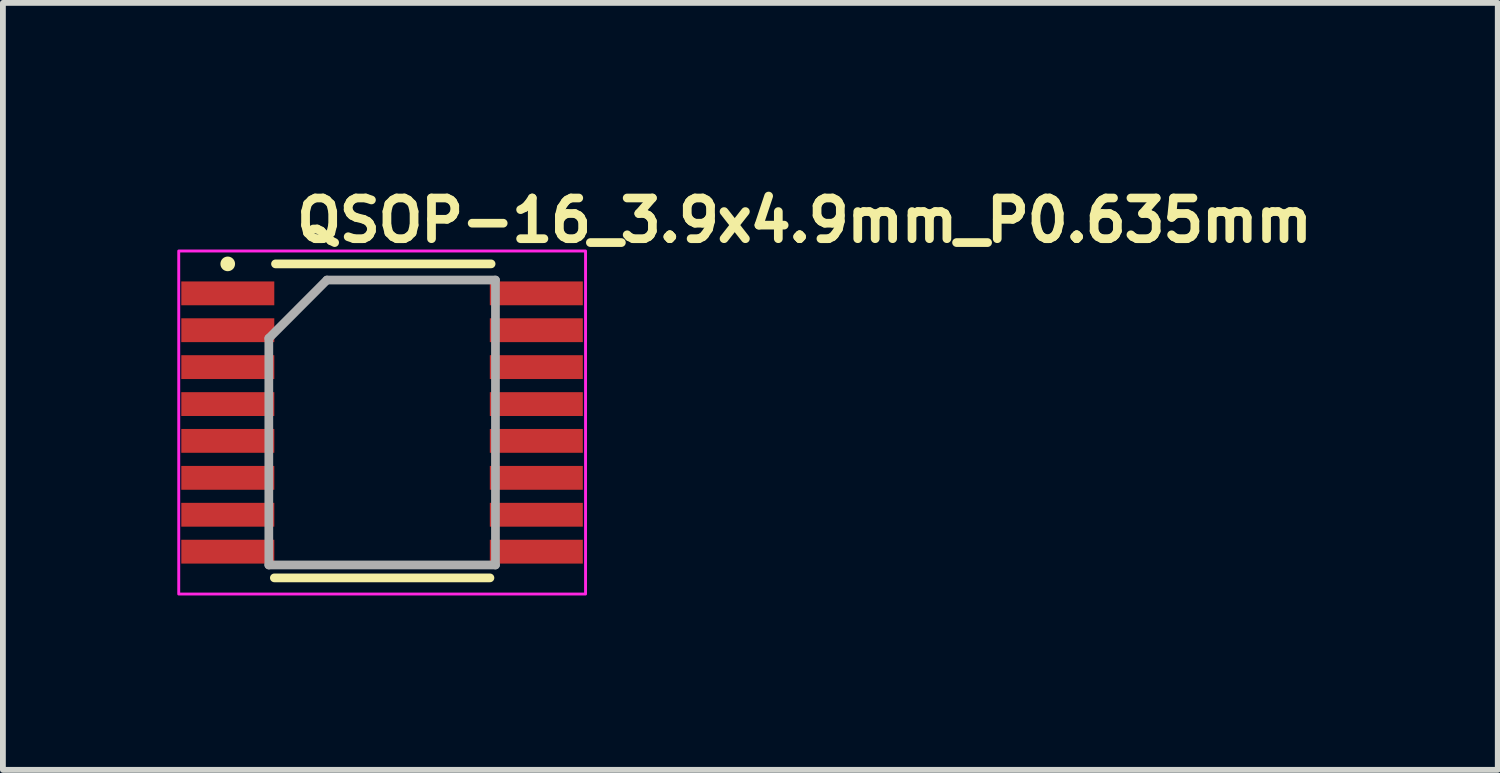
<source format=kicad_pcb>
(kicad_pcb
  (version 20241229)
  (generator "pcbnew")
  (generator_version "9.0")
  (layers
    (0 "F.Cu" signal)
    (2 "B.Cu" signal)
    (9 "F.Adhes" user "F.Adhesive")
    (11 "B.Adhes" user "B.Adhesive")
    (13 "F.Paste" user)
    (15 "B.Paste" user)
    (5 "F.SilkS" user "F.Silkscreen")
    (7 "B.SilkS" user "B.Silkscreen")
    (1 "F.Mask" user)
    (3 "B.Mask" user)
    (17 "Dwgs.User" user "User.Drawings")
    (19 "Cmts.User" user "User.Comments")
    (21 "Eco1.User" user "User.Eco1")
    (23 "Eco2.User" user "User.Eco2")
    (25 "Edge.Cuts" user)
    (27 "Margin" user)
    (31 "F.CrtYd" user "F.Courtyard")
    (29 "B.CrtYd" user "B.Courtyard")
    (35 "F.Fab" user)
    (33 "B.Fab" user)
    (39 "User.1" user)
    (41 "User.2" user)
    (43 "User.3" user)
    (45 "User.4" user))
  (footprint "QSOP-16_3.9x4.9mm_P0.635mm"
    (layer "F.Cu")
    (at 3.525 4.22)
    (property "Reference" "QSOP-16_3.9x4.9mm_P0.635mm" (at -1.55 -3.07 0) (layer "F.SilkS") (effects (font (size 0.7 0.7) (thickness 0.15)) (justify left bottom)))
    (attr smd)
    (fp_line (start -1.855 2.672) (end 1.854 2.672) (stroke (width 0.15) (type solid)) (layer "F.SilkS"))
    (fp_line (start -1.835 -2.73) (end 1.874 -2.73) (stroke (width 0.15) (type solid)) (layer "F.SilkS"))
    (fp_circle (center -2.657 -2.73) (end -2.606 -2.73) (stroke (width 0.15) (type solid)) (fill yes) (layer "F.SilkS"))
    (fp_rect (start -3.5 -2.952) (end 3.499 2.95) (stroke (width 0.05) (type solid)) (fill no) (layer "F.CrtYd"))
    (fp_line (start -1.95 -1.45) (end -0.951 -2.452) (stroke (width 0.15) (type solid)) (layer "F.Fab"))
    (fp_line (start -1.95 2.45) (end -1.95 -1.45) (stroke (width 0.15) (type solid)) (layer "F.Fab"))
    (fp_line (start -0.951 -2.452) (end 1.949 -2.452) (stroke (width 0.15) (type solid)) (layer "F.Fab"))
    (fp_line (start 1.949 -2.452) (end 1.949 2.45) (stroke (width 0.15) (type solid)) (layer "F.Fab"))
    (fp_line (start 1.949 2.45) (end -1.95 2.45) (stroke (width 0.15) (type solid)) (layer "F.Fab"))
    (fp_rect (start -3 -2.452) (end 2.999 2.45) (stroke (width 0.1) (type solid)) (fill no) (layer "User.5"))
    (fp_line (start -3 -2.348) (end -2.57 -2.348) (stroke (width 0.02) (type solid)) (layer "User.9"))
    (fp_line (start -3 -2.098) (end -3 -2.348) (stroke (width 0.02) (type solid)) (layer "User.9"))
    (fp_line (start -3 -2.098) (end -2.57 -2.098) (stroke (width 0.02) (type solid)) (layer "User.9"))
    (fp_line (start -3 -1.714) (end -2.57 -1.714) (stroke (width 0.02) (type solid)) (layer "User.9"))
    (fp_line (start -3 -1.464) (end -3 -1.714) (stroke (width 0.02) (type solid)) (layer "User.9"))
    (fp_line (start -3 -1.464) (end -2.57 -1.464) (stroke (width 0.02) (type solid)) (layer "User.9"))
    (fp_line (start -3 -1.079) (end -2.57 -1.079) (stroke (width 0.02) (type solid)) (layer "User.9"))
    (fp_line (start -3 -0.829) (end -3 -1.079) (stroke (width 0.02) (type solid)) (layer "User.9"))
    (fp_line (start -3 -0.829) (end -2.57 -0.829) (stroke (width 0.02) (type solid)) (layer "User.9"))
    (fp_line (start -3 -0.443) (end -2.57 -0.443) (stroke (width 0.02) (type solid)) (layer "User.9"))
    (fp_line (start -3 -0.194) (end -3 -0.443) (stroke (width 0.02) (type solid)) (layer "User.9"))
    (fp_line (start -3 -0.194) (end -2.57 -0.194) (stroke (width 0.02) (type solid)) (layer "User.9"))
    (fp_line (start -3 0.192) (end -2.57 0.192) (stroke (width 0.02) (type solid)) (layer "User.9"))
    (fp_line (start -3 0.441) (end -3 0.192) (stroke (width 0.02) (type solid)) (layer "User.9"))
    (fp_line (start -3 0.441) (end -2.57 0.441) (stroke (width 0.02) (type solid)) (layer "User.9"))
    (fp_line (start -3 0.827) (end -2.57 0.827) (stroke (width 0.02) (type solid)) (layer "User.9"))
    (fp_line (start -3 1.076) (end -3 0.827) (stroke (width 0.02) (type solid)) (layer "User.9"))
    (fp_line (start -3 1.076) (end -2.57 1.076) (stroke (width 0.02) (type solid)) (layer "User.9"))
    (fp_line (start -3 1.461) (end -2.57 1.461) (stroke (width 0.02) (type solid)) (layer "User.9"))
    (fp_line (start -3 1.711) (end -3 1.461) (stroke (width 0.02) (type solid)) (layer "User.9"))
    (fp_line (start -3 1.711) (end -2.57 1.711) (stroke (width 0.02) (type solid)) (layer "User.9"))
    (fp_line (start -3 2.096) (end -2.57 2.096) (stroke (width 0.02) (type solid)) (layer "User.9"))
    (fp_line (start -3 2.346) (end -3 2.096) (stroke (width 0.02) (type solid)) (layer "User.9"))
    (fp_line (start -3 2.346) (end -2.57 2.346) (stroke (width 0.02) (type solid)) (layer "User.9"))
    (fp_line (start -2.57 -2.348) (end -2.472 -2.348) (stroke (width 0.02) (type solid)) (layer "User.9"))
    (fp_line (start -2.57 -2.098) (end -2.472 -2.098) (stroke (width 0.02) (type solid)) (layer "User.9"))
    (fp_line (start -2.57 -1.714) (end -2.472 -1.714) (stroke (width 0.02) (type solid)) (layer "User.9"))
    (fp_line (start -2.57 -1.464) (end -2.472 -1.464) (stroke (width 0.02) (type solid)) (layer "User.9"))
    (fp_line (start -2.57 -1.079) (end -2.472 -1.079) (stroke (width 0.02) (type solid)) (layer "User.9"))
    (fp_line (start -2.57 -0.829) (end -2.472 -0.829) (stroke (width 0.02) (type solid)) (layer "User.9"))
    (fp_line (start -2.57 -0.443) (end -2.472 -0.443) (stroke (width 0.02) (type solid)) (layer "User.9"))
    (fp_line (start -2.57 -0.194) (end -2.472 -0.194) (stroke (width 0.02) (type solid)) (layer "User.9"))
    (fp_line (start -2.57 0.192) (end -2.472 0.192) (stroke (width 0.02) (type solid)) (layer "User.9"))
    (fp_line (start -2.57 0.441) (end -2.472 0.441) (stroke (width 0.02) (type solid)) (layer "User.9"))
    (fp_line (start -2.57 0.827) (end -2.472 0.827) (stroke (width 0.02) (type solid)) (layer "User.9"))
    (fp_line (start -2.57 1.076) (end -2.472 1.076) (stroke (width 0.02) (type solid)) (layer "User.9"))
    (fp_line (start -2.57 1.461) (end -2.472 1.461) (stroke (width 0.02) (type solid)) (layer "User.9"))
    (fp_line (start -2.57 1.711) (end -2.472 1.711) (stroke (width 0.02) (type solid)) (layer "User.9"))
    (fp_line (start -2.57 2.096) (end -2.472 2.096) (stroke (width 0.02) (type solid)) (layer "User.9"))
    (fp_line (start -2.57 2.346) (end -2.472 2.346) (stroke (width 0.02) (type solid)) (layer "User.9"))
    (fp_line (start -2.472 -2.348) (end -2.378 -2.348) (stroke (width 0.02) (type solid)) (layer "User.9"))
    (fp_line (start -2.472 -2.098) (end -2.472 -2.348) (stroke (width 0.02) (type solid)) (layer "User.9"))
    (fp_line (start -2.472 -2.098) (end -2.472 -2.348) (stroke (width 0.02) (type solid)) (layer "User.9"))
    (fp_line (start -2.472 -2.098) (end -2.378 -2.098) (stroke (width 0.02) (type solid)) (layer "User.9"))
    (fp_line (start -2.472 -1.714) (end -2.378 -1.714) (stroke (width 0.02) (type solid)) (layer "User.9"))
    (fp_line (start -2.472 -1.464) (end -2.472 -1.714) (stroke (width 0.02) (type solid)) (layer "User.9"))
    (fp_line (start -2.472 -1.464) (end -2.472 -1.714) (stroke (width 0.02) (type solid)) (layer "User.9"))
    (fp_line (start -2.472 -1.464) (end -2.378 -1.464) (stroke (width 0.02) (type solid)) (layer "User.9"))
    (fp_line (start -2.472 -1.079) (end -2.378 -1.079) (stroke (width 0.02) (type solid)) (layer "User.9"))
    (fp_line (start -2.472 -0.829) (end -2.472 -1.079) (stroke (width 0.02) (type solid)) (layer "User.9"))
    (fp_line (start -2.472 -0.829) (end -2.472 -1.079) (stroke (width 0.02) (type solid)) (layer "User.9"))
    (fp_line (start -2.472 -0.829) (end -2.378 -0.829) (stroke (width 0.02) (type solid)) (layer "User.9"))
    (fp_line (start -2.472 -0.443) (end -2.378 -0.443) (stroke (width 0.02) (type solid)) (layer "User.9"))
    (fp_line (start -2.472 -0.194) (end -2.472 -0.443) (stroke (width 0.02) (type solid)) (layer "User.9"))
    (fp_line (start -2.472 -0.194) (end -2.472 -0.443) (stroke (width 0.02) (type solid)) (layer "User.9"))
    (fp_line (start -2.472 -0.194) (end -2.378 -0.194) (stroke (width 0.02) (type solid)) (layer "User.9"))
    (fp_line (start -2.472 0.192) (end -2.378 0.192) (stroke (width 0.02) (type solid)) (layer "User.9"))
    (fp_line (start -2.472 0.441) (end -2.472 0.192) (stroke (width 0.02) (type solid)) (layer "User.9"))
    (fp_line (start -2.472 0.441) (end -2.472 0.192) (stroke (width 0.02) (type solid)) (layer "User.9"))
    (fp_line (start -2.472 0.441) (end -2.378 0.441) (stroke (width 0.02) (type solid)) (layer "User.9"))
    (fp_line (start -2.472 0.827) (end -2.378 0.827) (stroke (width 0.02) (type solid)) (layer "User.9"))
    (fp_line (start -2.472 1.076) (end -2.472 0.827) (stroke (width 0.02) (type solid)) (layer "User.9"))
    (fp_line (start -2.472 1.076) (end -2.472 0.827) (stroke (width 0.02) (type solid)) (layer "User.9"))
    (fp_line (start -2.472 1.076) (end -2.378 1.076) (stroke (width 0.02) (type solid)) (layer "User.9"))
    (fp_line (start -2.472 1.461) (end -2.378 1.461) (stroke (width 0.02) (type solid)) (layer "User.9"))
    (fp_line (start -2.472 1.711) (end -2.472 1.461) (stroke (width 0.02) (type solid)) (layer "User.9"))
    (fp_line (start -2.472 1.711) (end -2.472 1.461) (stroke (width 0.02) (type solid)) (layer "User.9"))
    (fp_line (start -2.472 1.711) (end -2.378 1.711) (stroke (width 0.02) (type solid)) (layer "User.9"))
    (fp_line (start -2.472 2.096) (end -2.378 2.096) (stroke (width 0.02) (type solid)) (layer "User.9"))
    (fp_line (start -2.472 2.346) (end -2.472 2.096) (stroke (width 0.02) (type solid)) (layer "User.9"))
    (fp_line (start -2.472 2.346) (end -2.378 2.346) (stroke (width 0.02) (type solid)) (layer "User.9"))
    (fp_line (start -2.378 -2.348) (end -2.378 -2.348) (stroke (width 0.02) (type solid)) (layer "User.9"))
    (fp_line (start -2.378 -2.348) (end -2.15 -2.348) (stroke (width 0.02) (type solid)) (layer "User.9"))
    (fp_line (start -2.378 -2.098) (end -2.378 -2.098) (stroke (width 0.02) (type solid)) (layer "User.9"))
    (fp_line (start -2.378 -2.098) (end -2.15 -2.098) (stroke (width 0.02) (type solid)) (layer "User.9"))
    (fp_line (start -2.378 -1.714) (end -2.378 -1.714) (stroke (width 0.02) (type solid)) (layer "User.9"))
    (fp_line (start -2.378 -1.714) (end -2.15 -1.714) (stroke (width 0.02) (type solid)) (layer "User.9"))
    (fp_line (start -2.378 -1.464) (end -2.378 -1.464) (stroke (width 0.02) (type solid)) (layer "User.9"))
    (fp_line (start -2.378 -1.464) (end -2.15 -1.464) (stroke (width 0.02) (type solid)) (layer "User.9"))
    (fp_line (start -2.378 -1.079) (end -2.378 -1.079) (stroke (width 0.02) (type solid)) (layer "User.9"))
    (fp_line (start -2.378 -1.079) (end -2.15 -1.079) (stroke (width 0.02) (type solid)) (layer "User.9"))
    (fp_line (start -2.378 -0.829) (end -2.378 -0.829) (stroke (width 0.02) (type solid)) (layer "User.9"))
    (fp_line (start -2.378 -0.829) (end -2.15 -0.829) (stroke (width 0.02) (type solid)) (layer "User.9"))
    (fp_line (start -2.378 -0.443) (end -2.378 -0.443) (stroke (width 0.02) (type solid)) (layer "User.9"))
    (fp_line (start -2.378 -0.443) (end -2.15 -0.443) (stroke (width 0.02) (type solid)) (layer "User.9"))
    (fp_line (start -2.378 -0.194) (end -2.378 -0.194) (stroke (width 0.02) (type solid)) (layer "User.9"))
    (fp_line (start -2.378 -0.194) (end -2.15 -0.194) (stroke (width 0.02) (type solid)) (layer "User.9"))
    (fp_line (start -2.378 0.192) (end -2.378 0.192) (stroke (width 0.02) (type solid)) (layer "User.9"))
    (fp_line (start -2.378 0.192) (end -2.15 0.192) (stroke (width 0.02) (type solid)) (layer "User.9"))
    (fp_line (start -2.378 0.441) (end -2.378 0.441) (stroke (width 0.02) (type solid)) (layer "User.9"))
    (fp_line (start -2.378 0.441) (end -2.15 0.441) (stroke (width 0.02) (type solid)) (layer "User.9"))
    (fp_line (start -2.378 0.827) (end -2.378 0.827) (stroke (width 0.02) (type solid)) (layer "User.9"))
    (fp_line (start -2.378 0.827) (end -2.15 0.827) (stroke (width 0.02) (type solid)) (layer "User.9"))
    (fp_line (start -2.378 1.076) (end -2.378 1.076) (stroke (width 0.02) (type solid)) (layer "User.9"))
    (fp_line (start -2.378 1.076) (end -2.15 1.076) (stroke (width 0.02) (type solid)) (layer "User.9"))
    (fp_line (start -2.378 1.461) (end -2.378 1.461) (stroke (width 0.02) (type solid)) (layer "User.9"))
    (fp_line (start -2.378 1.461) (end -2.15 1.461) (stroke (width 0.02) (type solid)) (layer "User.9"))
    (fp_line (start -2.378 1.711) (end -2.378 1.711) (stroke (width 0.02) (type solid)) (layer "User.9"))
    (fp_line (start -2.378 1.711) (end -2.15 1.711) (stroke (width 0.02) (type solid)) (layer "User.9"))
    (fp_line (start -2.378 2.096) (end -2.378 2.096) (stroke (width 0.02) (type solid)) (layer "User.9"))
    (fp_line (start -2.378 2.096) (end -2.15 2.096) (stroke (width 0.02) (type solid)) (layer "User.9"))
    (fp_line (start -2.378 2.346) (end -2.378 2.346) (stroke (width 0.02) (type solid)) (layer "User.9"))
    (fp_line (start -2.378 2.346) (end -2.15 2.346) (stroke (width 0.02) (type solid)) (layer "User.9"))
    (fp_line (start -2.15 -2.348) (end -1.95 -2.348) (stroke (width 0.02) (type solid)) (layer "User.9"))
    (fp_line (start -2.15 -2.098) (end -1.95 -2.098) (stroke (width 0.02) (type solid)) (layer "User.9"))
    (fp_line (start -2.15 -1.714) (end -1.95 -1.714) (stroke (width 0.02) (type solid)) (layer "User.9"))
    (fp_line (start -2.15 -1.464) (end -1.95 -1.464) (stroke (width 0.02) (type solid)) (layer "User.9"))
    (fp_line (start -2.15 -1.079) (end -1.95 -1.079) (stroke (width 0.02) (type solid)) (layer "User.9"))
    (fp_line (start -2.15 -0.829) (end -1.95 -0.829) (stroke (width 0.02) (type solid)) (layer "User.9"))
    (fp_line (start -2.15 -0.443) (end -1.95 -0.443) (stroke (width 0.02) (type solid)) (layer "User.9"))
    (fp_line (start -2.15 -0.194) (end -1.95 -0.194) (stroke (width 0.02) (type solid)) (layer "User.9"))
    (fp_line (start -2.15 0.192) (end -1.95 0.192) (stroke (width 0.02) (type solid)) (layer "User.9"))
    (fp_line (start -2.15 0.441) (end -1.95 0.441) (stroke (width 0.02) (type solid)) (layer "User.9"))
    (fp_line (start -2.15 0.827) (end -1.95 0.827) (stroke (width 0.02) (type solid)) (layer "User.9"))
    (fp_line (start -2.15 1.076) (end -1.95 1.076) (stroke (width 0.02) (type solid)) (layer "User.9"))
    (fp_line (start -2.15 1.461) (end -1.95 1.461) (stroke (width 0.02) (type solid)) (layer "User.9"))
    (fp_line (start -2.15 1.711) (end -1.95 1.711) (stroke (width 0.02) (type solid)) (layer "User.9"))
    (fp_line (start -2.15 2.096) (end -1.95 2.096) (stroke (width 0.02) (type solid)) (layer "User.9"))
    (fp_line (start -2.15 2.346) (end -1.95 2.346) (stroke (width 0.02) (type solid)) (layer "User.9"))
    (fp_line (start -1.95 -2.452) (end -1.95 -2.348) (stroke (width 0.02) (type solid)) (layer "User.9"))
    (fp_line (start -1.95 -2.452) (end -1.901 -2.4) (stroke (width 0.02) (type solid)) (layer "User.9"))
    (fp_line (start -1.95 -2.098) (end -1.95 -1.714) (stroke (width 0.02) (type solid)) (layer "User.9"))
    (fp_line (start -1.95 -1.464) (end -1.95 -1.079) (stroke (width 0.02) (type solid)) (layer "User.9"))
    (fp_line (start -1.95 -0.829) (end -1.95 -0.443) (stroke (width 0.02) (type solid)) (layer "User.9"))
    (fp_line (start -1.95 -0.194) (end -1.95 0.192) (stroke (width 0.02) (type solid)) (layer "User.9"))
    (fp_line (start -1.95 0.441) (end -1.95 0.827) (stroke (width 0.02) (type solid)) (layer "User.9"))
    (fp_line (start -1.95 1.076) (end -1.95 1.461) (stroke (width 0.02) (type solid)) (layer "User.9"))
    (fp_line (start -1.95 1.711) (end -1.95 2.096) (stroke (width 0.02) (type solid)) (layer "User.9"))
    (fp_line (start -1.95 2.346) (end -1.95 2.45) (stroke (width 0.02) (type solid)) (layer "User.9"))
    (fp_line (start -1.95 2.45) (end -1.901 2.398) (stroke (width 0.02) (type solid)) (layer "User.9"))
    (fp_line (start -1.95 2.45) (end 1.949 2.45) (stroke (width 0.02) (type solid)) (layer "User.9"))
    (fp_line (start -1.901 -2.4) (end -1.901 -2.348) (stroke (width 0.02) (type solid)) (layer "User.9"))
    (fp_line (start -1.901 -2.4) (end -1.792 -2.291) (stroke (width 0.02) (type solid)) (layer "User.9"))
    (fp_line (start -1.901 -2.348) (end -1.901 -2.098) (stroke (width 0.02) (type solid)) (layer "User.9"))
    (fp_line (start -1.901 -2.098) (end -1.901 -1.714) (stroke (width 0.02) (type solid)) (layer "User.9"))
    (fp_line (start -1.901 -1.714) (end -1.901 -1.464) (stroke (width 0.02) (type solid)) (layer "User.9"))
    (fp_line (start -1.901 -1.464) (end -1.901 -1.079) (stroke (width 0.02) (type solid)) (layer "User.9"))
    (fp_line (start -1.901 -1.079) (end -1.901 -0.829) (stroke (width 0.02) (type solid)) (layer "User.9"))
    (fp_line (start -1.901 -0.829) (end -1.901 -0.443) (stroke (width 0.02) (type solid)) (layer "User.9"))
    (fp_line (start -1.901 -0.443) (end -1.901 -0.194) (stroke (width 0.02) (type solid)) (layer "User.9"))
    (fp_line (start -1.901 -0.194) (end -1.901 0.192) (stroke (width 0.02) (type solid)) (layer "User.9"))
    (fp_line (start -1.901 0.192) (end -1.901 0.441) (stroke (width 0.02) (type solid)) (layer "User.9"))
    (fp_line (start -1.901 0.441) (end -1.901 0.827) (stroke (width 0.02) (type solid)) (layer "User.9"))
    (fp_line (start -1.901 0.827) (end -1.901 1.076) (stroke (width 0.02) (type solid)) (layer "User.9"))
    (fp_line (start -1.901 1.076) (end -1.901 1.461) (stroke (width 0.02) (type solid)) (layer "User.9"))
    (fp_line (start -1.901 1.461) (end -1.901 1.711) (stroke (width 0.02) (type solid)) (layer "User.9"))
    (fp_line (start -1.901 1.711) (end -1.901 2.096) (stroke (width 0.02) (type solid)) (layer "User.9"))
    (fp_line (start -1.901 2.096) (end -1.901 2.346) (stroke (width 0.02) (type solid)) (layer "User.9"))
    (fp_line (start -1.901 2.346) (end -1.901 2.398) (stroke (width 0.02) (type solid)) (layer "User.9"))
    (fp_line (start -1.901 2.398) (end -1.792 2.289) (stroke (width 0.02) (type solid)) (layer "User.9"))
    (fp_line (start -1.901 2.398) (end 1.898 2.398) (stroke (width 0.02) (type solid)) (layer "User.9"))
    (fp_line (start -1.792 -2.291) (end -1.792 2.289) (stroke (width 0.02) (type solid)) (layer "User.9"))
    (fp_line (start -1.792 2.289) (end 1.789 2.289) (stroke (width 0.02) (type solid)) (layer "User.9"))
    (fp_line (start -1.341 -1.617) (end -1.341 -1.605) (stroke (width 0.02) (type solid)) (layer "User.9"))
    (fp_line (start -1.341 -1.605) (end -1.341 -1.591) (stroke (width 0.02) (type solid)) (layer "User.9"))
    (fp_line (start -1.341 -1.591) (end -1.341 -1.591) (stroke (width 0.02) (type solid)) (layer "User.9"))
    (fp_line (start -1.341 -1.591) (end -1.341 -1.579) (stroke (width 0.02) (type solid)) (layer "User.9"))
    (fp_line (start -1.341 -1.579) (end -1.341 -1.565) (stroke (width 0.02) (type solid)) (layer "User.9"))
    (fp_line (start -1.341 -1.565) (end -1.339 -1.553) (stroke (width 0.02) (type solid)) (layer "User.9"))
    (fp_line (start -1.339 -1.629) (end -1.341 -1.617) (stroke (width 0.02) (type solid)) (layer "User.9"))
    (fp_line (start -1.339 -1.553) (end -1.337 -1.541) (stroke (width 0.02) (type solid)) (layer "User.9"))
    (fp_line (start -1.337 -1.641) (end -1.339 -1.629) (stroke (width 0.02) (type solid)) (layer "User.9"))
    (fp_line (start -1.337 -1.541) (end -1.333 -1.53) (stroke (width 0.02) (type solid)) (layer "User.9"))
    (fp_line (start -1.333 -1.655) (end -1.337 -1.641) (stroke (width 0.02) (type solid)) (layer "User.9"))
    (fp_line (start -1.333 -1.53) (end -1.331 -1.518) (stroke (width 0.02) (type solid)) (layer "User.9"))
    (fp_line (start -1.331 -1.666) (end -1.333 -1.655) (stroke (width 0.02) (type solid)) (layer "User.9"))
    (fp_line (start -1.331 -1.518) (end -1.327 -1.506) (stroke (width 0.02) (type solid)) (layer "User.9"))
    (fp_line (start -1.327 -1.678) (end -1.331 -1.666) (stroke (width 0.02) (type solid)) (layer "User.9"))
    (fp_line (start -1.327 -1.506) (end -1.321 -1.494) (stroke (width 0.02) (type solid)) (layer "User.9"))
    (fp_line (start -1.321 -1.688) (end -1.327 -1.678) (stroke (width 0.02) (type solid)) (layer "User.9"))
    (fp_line (start -1.321 -1.494) (end -1.317 -1.484) (stroke (width 0.02) (type solid)) (layer "User.9"))
    (fp_line (start -1.317 -1.7) (end -1.321 -1.688) (stroke (width 0.02) (type solid)) (layer "User.9"))
    (fp_line (start -1.317 -1.484) (end -1.311 -1.472) (stroke (width 0.02) (type solid)) (layer "User.9"))
    (fp_line (start -1.311 -1.71) (end -1.317 -1.7) (stroke (width 0.02) (type solid)) (layer "User.9"))
    (fp_line (start -1.311 -1.472) (end -1.305 -1.462) (stroke (width 0.02) (type solid)) (layer "User.9"))
    (fp_line (start -1.305 -1.722) (end -1.311 -1.71) (stroke (width 0.02) (type solid)) (layer "User.9"))
    (fp_line (start -1.305 -1.462) (end -1.299 -1.452) (stroke (width 0.02) (type solid)) (layer "User.9"))
    (fp_line (start -1.299 -1.732) (end -1.305 -1.722) (stroke (width 0.02) (type solid)) (layer "User.9"))
    (fp_line (start -1.299 -1.452) (end -1.291 -1.442) (stroke (width 0.02) (type solid)) (layer "User.9"))
    (fp_line (start -1.291 -1.742) (end -1.299 -1.732) (stroke (width 0.02) (type solid)) (layer "User.9"))
    (fp_line (start -1.291 -1.442) (end -1.285 -1.432) (stroke (width 0.02) (type solid)) (layer "User.9"))
    (fp_line (start -1.285 -1.75) (end -1.291 -1.742) (stroke (width 0.02) (type solid)) (layer "User.9"))
    (fp_line (start -1.285 -1.432) (end -1.276 -1.424) (stroke (width 0.02) (type solid)) (layer "User.9"))
    (fp_line (start -1.276 -1.76) (end -1.285 -1.75) (stroke (width 0.02) (type solid)) (layer "User.9"))
    (fp_line (start -1.276 -1.424) (end -1.268 -1.414) (stroke (width 0.02) (type solid)) (layer "User.9"))
    (fp_line (start -1.268 -1.768) (end -1.276 -1.76) (stroke (width 0.02) (type solid)) (layer "User.9"))
    (fp_line (start -1.268 -1.414) (end -1.26 -1.407) (stroke (width 0.02) (type solid)) (layer "User.9"))
    (fp_line (start -1.26 -1.776) (end -1.268 -1.768) (stroke (width 0.02) (type solid)) (layer "User.9"))
    (fp_line (start -1.26 -1.407) (end -1.25 -1.399) (stroke (width 0.02) (type solid)) (layer "User.9"))
    (fp_line (start -1.25 -1.784) (end -1.26 -1.776) (stroke (width 0.02) (type solid)) (layer "User.9"))
    (fp_line (start -1.25 -1.399) (end -1.242 -1.391) (stroke (width 0.02) (type solid)) (layer "User.9"))
    (fp_line (start -1.242 -1.792) (end -1.25 -1.784) (stroke (width 0.02) (type solid)) (layer "User.9"))
    (fp_line (start -1.242 -1.391) (end -1.232 -1.385) (stroke (width 0.02) (type solid)) (layer "User.9"))
    (fp_line (start -1.232 -1.799) (end -1.242 -1.792) (stroke (width 0.02) (type solid)) (layer "User.9"))
    (fp_line (start -1.232 -1.385) (end -1.222 -1.377) (stroke (width 0.02) (type solid)) (layer "User.9"))
    (fp_line (start -1.222 -1.805) (end -1.232 -1.799) (stroke (width 0.02) (type solid)) (layer "User.9"))
    (fp_line (start -1.222 -1.377) (end -1.21 -1.371) (stroke (width 0.02) (type solid)) (layer "User.9"))
    (fp_line (start -1.21 -1.811) (end -1.222 -1.805) (stroke (width 0.02) (type solid)) (layer "User.9"))
    (fp_line (start -1.21 -1.371) (end -1.2 -1.367) (stroke (width 0.02) (type solid)) (layer "User.9"))
    (fp_line (start -1.2 -1.817) (end -1.21 -1.811) (stroke (width 0.02) (type solid)) (layer "User.9"))
    (fp_line (start -1.2 -1.367) (end -1.188 -1.361) (stroke (width 0.02) (type solid)) (layer "User.9"))
    (fp_line (start -1.188 -1.821) (end -1.2 -1.817) (stroke (width 0.02) (type solid)) (layer "User.9"))
    (fp_line (start -1.188 -1.361) (end -1.178 -1.357) (stroke (width 0.02) (type solid)) (layer "User.9"))
    (fp_line (start -1.178 -1.827) (end -1.188 -1.821) (stroke (width 0.02) (type solid)) (layer "User.9"))
    (fp_line (start -1.178 -1.357) (end -1.166 -1.353) (stroke (width 0.02) (type solid)) (layer "User.9"))
    (fp_line (start -1.166 -1.831) (end -1.178 -1.827) (stroke (width 0.02) (type solid)) (layer "User.9"))
    (fp_line (start -1.166 -1.353) (end -1.154 -1.349) (stroke (width 0.02) (type solid)) (layer "User.9"))
    (fp_line (start -1.154 -1.833) (end -1.166 -1.831) (stroke (width 0.02) (type solid)) (layer "User.9"))
    (fp_line (start -1.154 -1.349) (end -1.141 -1.347) (stroke (width 0.02) (type solid)) (layer "User.9"))
    (fp_line (start -1.141 -1.837) (end -1.154 -1.833) (stroke (width 0.02) (type solid)) (layer "User.9"))
    (fp_line (start -1.141 -1.347) (end -1.129 -1.345) (stroke (width 0.02) (type solid)) (layer "User.9"))
    (fp_line (start -1.129 -1.839) (end -1.141 -1.837) (stroke (width 0.02) (type solid)) (layer "User.9"))
    (fp_line (start -1.129 -1.345) (end -1.117 -1.343) (stroke (width 0.02) (type solid)) (layer "User.9"))
    (fp_line (start -1.117 -1.841) (end -1.129 -1.839) (stroke (width 0.02) (type solid)) (layer "User.9"))
    (fp_line (start -1.117 -1.343) (end -1.105 -1.341) (stroke (width 0.02) (type solid)) (layer "User.9"))
    (fp_line (start -1.105 -1.841) (end -1.117 -1.841) (stroke (width 0.02) (type solid)) (layer "User.9"))
    (fp_line (start -1.105 -1.341) (end -1.091 -1.341) (stroke (width 0.02) (type solid)) (layer "User.9"))
    (fp_line (start -1.091 -1.841) (end -1.105 -1.841) (stroke (width 0.02) (type solid)) (layer "User.9"))
    (fp_line (start -1.091 -1.841) (end -1.091 -1.841) (stroke (width 0.02) (type solid)) (layer "User.9"))
    (fp_line (start -1.091 -1.341) (end -1.091 -1.341) (stroke (width 0.02) (type solid)) (layer "User.9"))
    (fp_line (start -1.091 -1.341) (end -1.079 -1.341) (stroke (width 0.02) (type solid)) (layer "User.9"))
    (fp_line (start -1.079 -1.841) (end -1.091 -1.841) (stroke (width 0.02) (type solid)) (layer "User.9"))
    (fp_line (start -1.079 -1.341) (end -1.065 -1.343) (stroke (width 0.02) (type solid)) (layer "User.9"))
    (fp_line (start -1.065 -1.841) (end -1.079 -1.841) (stroke (width 0.02) (type solid)) (layer "User.9"))
    (fp_line (start -1.065 -1.343) (end -1.053 -1.345) (stroke (width 0.02) (type solid)) (layer "User.9"))
    (fp_line (start -1.053 -1.839) (end -1.065 -1.841) (stroke (width 0.02) (type solid)) (layer "User.9"))
    (fp_line (start -1.053 -1.345) (end -1.041 -1.347) (stroke (width 0.02) (type solid)) (layer "User.9"))
    (fp_line (start -1.041 -1.837) (end -1.053 -1.839) (stroke (width 0.02) (type solid)) (layer "User.9"))
    (fp_line (start -1.041 -1.347) (end -1.029 -1.349) (stroke (width 0.02) (type solid)) (layer "User.9"))
    (fp_line (start -1.029 -1.833) (end -1.041 -1.837) (stroke (width 0.02) (type solid)) (layer "User.9"))
    (fp_line (start -1.029 -1.349) (end -1.018 -1.353) (stroke (width 0.02) (type solid)) (layer "User.9"))
    (fp_line (start -1.018 -1.831) (end -1.029 -1.833) (stroke (width 0.02) (type solid)) (layer "User.9"))
    (fp_line (start -1.018 -1.353) (end -1.006 -1.357) (stroke (width 0.02) (type solid)) (layer "User.9"))
    (fp_line (start -1.006 -1.827) (end -1.018 -1.831) (stroke (width 0.02) (type solid)) (layer "User.9"))
    (fp_line (start -1.006 -1.357) (end -0.994 -1.361) (stroke (width 0.02) (type solid)) (layer "User.9"))
    (fp_line (start -0.994 -1.821) (end -1.006 -1.827) (stroke (width 0.02) (type solid)) (layer "User.9"))
    (fp_line (start -0.994 -1.361) (end -0.983 -1.367) (stroke (width 0.02) (type solid)) (layer "User.9"))
    (fp_line (start -0.983 -1.817) (end -0.994 -1.821) (stroke (width 0.02) (type solid)) (layer "User.9"))
    (fp_line (start -0.983 -1.367) (end -0.972 -1.371) (stroke (width 0.02) (type solid)) (layer "User.9"))
    (fp_line (start -0.972 -1.811) (end -0.983 -1.817) (stroke (width 0.02) (type solid)) (layer "User.9"))
    (fp_line (start -0.972 -1.371) (end -0.961 -1.377) (stroke (width 0.02) (type solid)) (layer "User.9"))
    (fp_line (start -0.961 -1.805) (end -0.972 -1.811) (stroke (width 0.02) (type solid)) (layer "User.9"))
    (fp_line (start -0.961 -1.377) (end -0.952 -1.385) (stroke (width 0.02) (type solid)) (layer "User.9"))
    (fp_line (start -0.952 -1.799) (end -0.961 -1.805) (stroke (width 0.02) (type solid)) (layer "User.9"))
    (fp_line (start -0.952 -1.385) (end -0.942 -1.391) (stroke (width 0.02) (type solid)) (layer "User.9"))
    (fp_line (start -0.942 -1.792) (end -0.952 -1.799) (stroke (width 0.02) (type solid)) (layer "User.9"))
    (fp_line (start -0.942 -1.391) (end -0.933 -1.399) (stroke (width 0.02) (type solid)) (layer "User.9"))
    (fp_line (start -0.933 -1.784) (end -0.942 -1.792) (stroke (width 0.02) (type solid)) (layer "User.9"))
    (fp_line (start -0.933 -1.399) (end -0.924 -1.407) (stroke (width 0.02) (type solid)) (layer "User.9"))
    (fp_line (start -0.924 -1.776) (end -0.933 -1.784) (stroke (width 0.02) (type solid)) (layer "User.9"))
    (fp_line (start -0.924 -1.407) (end -0.915 -1.414) (stroke (width 0.02) (type solid)) (layer "User.9"))
    (fp_line (start -0.915 -1.768) (end -0.924 -1.776) (stroke (width 0.02) (type solid)) (layer "User.9"))
    (fp_line (start -0.915 -1.414) (end -0.907 -1.424) (stroke (width 0.02) (type solid)) (layer "User.9"))
    (fp_line (start -0.907 -1.76) (end -0.915 -1.768) (stroke (width 0.02) (type solid)) (layer "User.9"))
    (fp_line (start -0.907 -1.424) (end -0.899 -1.432) (stroke (width 0.02) (type solid)) (layer "User.9"))
    (fp_line (start -0.899 -1.75) (end -0.907 -1.76) (stroke (width 0.02) (type solid)) (layer "User.9"))
    (fp_line (start -0.899 -1.432) (end -0.891 -1.442) (stroke (width 0.02) (type solid)) (layer "User.9"))
    (fp_line (start -0.891 -1.742) (end -0.899 -1.75) (stroke (width 0.02) (type solid)) (layer "User.9"))
    (fp_line (start -0.891 -1.442) (end -0.884 -1.452) (stroke (width 0.02) (type solid)) (layer "User.9"))
    (fp_line (start -0.884 -1.732) (end -0.891 -1.742) (stroke (width 0.02) (type solid)) (layer "User.9"))
    (fp_line (start -0.884 -1.452) (end -0.877 -1.462) (stroke (width 0.02) (type solid)) (layer "User.9"))
    (fp_line (start -0.877 -1.722) (end -0.884 -1.732) (stroke (width 0.02) (type solid)) (layer "User.9"))
    (fp_line (start -0.877 -1.462) (end -0.871 -1.472) (stroke (width 0.02) (type solid)) (layer "User.9"))
    (fp_line (start -0.871 -1.71) (end -0.877 -1.722) (stroke (width 0.02) (type solid)) (layer "User.9"))
    (fp_line (start -0.871 -1.472) (end -0.866 -1.484) (stroke (width 0.02) (type solid)) (layer "User.9"))
    (fp_line (start -0.866 -1.7) (end -0.871 -1.71) (stroke (width 0.02) (type solid)) (layer "User.9"))
    (fp_line (start -0.866 -1.484) (end -0.861 -1.494) (stroke (width 0.02) (type solid)) (layer "User.9"))
    (fp_line (start -0.861 -1.688) (end -0.866 -1.7) (stroke (width 0.02) (type solid)) (layer "User.9"))
    (fp_line (start -0.861 -1.494) (end -0.856 -1.506) (stroke (width 0.02) (type solid)) (layer "User.9"))
    (fp_line (start -0.856 -1.678) (end -0.861 -1.688) (stroke (width 0.02) (type solid)) (layer "User.9"))
    (fp_line (start -0.856 -1.506) (end -0.852 -1.518) (stroke (width 0.02) (type solid)) (layer "User.9"))
    (fp_line (start -0.852 -1.666) (end -0.856 -1.678) (stroke (width 0.02) (type solid)) (layer "User.9"))
    (fp_line (start -0.852 -1.518) (end -0.849 -1.53) (stroke (width 0.02) (type solid)) (layer "User.9"))
    (fp_line (start -0.849 -1.655) (end -0.852 -1.666) (stroke (width 0.02) (type solid)) (layer "User.9"))
    (fp_line (start -0.849 -1.53) (end -0.846 -1.541) (stroke (width 0.02) (type solid)) (layer "User.9"))
    (fp_line (start -0.846 -1.641) (end -0.849 -1.655) (stroke (width 0.02) (type solid)) (layer "User.9"))
    (fp_line (start -0.846 -1.541) (end -0.844 -1.553) (stroke (width 0.02) (type solid)) (layer "User.9"))
    (fp_line (start -0.844 -1.629) (end -0.846 -1.641) (stroke (width 0.02) (type solid)) (layer "User.9"))
    (fp_line (start -0.844 -1.553) (end -0.842 -1.565) (stroke (width 0.02) (type solid)) (layer "User.9"))
    (fp_line (start -0.842 -1.617) (end -0.844 -1.629) (stroke (width 0.02) (type solid)) (layer "User.9"))
    (fp_line (start -0.842 -1.565) (end -0.841 -1.579) (stroke (width 0.02) (type solid)) (layer "User.9"))
    (fp_line (start -0.841 -1.605) (end -0.842 -1.617) (stroke (width 0.02) (type solid)) (layer "User.9"))
    (fp_line (start -0.841 -1.591) (end -0.841 -1.605) (stroke (width 0.02) (type solid)) (layer "User.9"))
    (fp_line (start -0.841 -1.591) (end -0.841 -1.591) (stroke (width 0.02) (type solid)) (layer "User.9"))
    (fp_line (start -0.841 -1.591) (end -0.841 -1.591) (stroke (width 0.02) (type solid)) (layer "User.9"))
    (fp_line (start -0.841 -1.579) (end -0.841 -1.591) (stroke (width 0.02) (type solid)) (layer "User.9"))
    (fp_line (start 1.789 -2.291) (end -1.792 -2.291) (stroke (width 0.02) (type solid)) (layer "User.9"))
    (fp_line (start 1.789 2.289) (end 1.789 -2.291) (stroke (width 0.02) (type solid)) (layer "User.9"))
    (fp_line (start 1.898 -2.4) (end -1.901 -2.4) (stroke (width 0.02) (type solid)) (layer "User.9"))
    (fp_line (start 1.898 -2.4) (end 1.789 -2.291) (stroke (width 0.02) (type solid)) (layer "User.9"))
    (fp_line (start 1.898 -2.348) (end 1.898 -2.4) (stroke (width 0.02) (type solid)) (layer "User.9"))
    (fp_line (start 1.898 -2.098) (end 1.898 -2.348) (stroke (width 0.02) (type solid)) (layer "User.9"))
    (fp_line (start 1.898 -1.714) (end 1.898 -2.098) (stroke (width 0.02) (type solid)) (layer "User.9"))
    (fp_line (start 1.898 -1.464) (end 1.898 -1.714) (stroke (width 0.02) (type solid)) (layer "User.9"))
    (fp_line (start 1.898 -1.079) (end 1.898 -1.464) (stroke (width 0.02) (type solid)) (layer "User.9"))
    (fp_line (start 1.898 -0.829) (end 1.898 -1.079) (stroke (width 0.02) (type solid)) (layer "User.9"))
    (fp_line (start 1.898 -0.443) (end 1.898 -0.829) (stroke (width 0.02) (type solid)) (layer "User.9"))
    (fp_line (start 1.898 -0.194) (end 1.898 -0.443) (stroke (width 0.02) (type solid)) (layer "User.9"))
    (fp_line (start 1.898 0.192) (end 1.898 -0.194) (stroke (width 0.02) (type solid)) (layer "User.9"))
    (fp_line (start 1.898 0.441) (end 1.898 0.192) (stroke (width 0.02) (type solid)) (layer "User.9"))
    (fp_line (start 1.898 0.827) (end 1.898 0.441) (stroke (width 0.02) (type solid)) (layer "User.9"))
    (fp_line (start 1.898 1.076) (end 1.898 0.827) (stroke (width 0.02) (type solid)) (layer "User.9"))
    (fp_line (start 1.898 1.461) (end 1.898 1.076) (stroke (width 0.02) (type solid)) (layer "User.9"))
    (fp_line (start 1.898 1.711) (end 1.898 1.461) (stroke (width 0.02) (type solid)) (layer "User.9"))
    (fp_line (start 1.898 2.096) (end 1.898 1.711) (stroke (width 0.02) (type solid)) (layer "User.9"))
    (fp_line (start 1.898 2.346) (end 1.898 2.096) (stroke (width 0.02) (type solid)) (layer "User.9"))
    (fp_line (start 1.898 2.398) (end 1.789 2.289) (stroke (width 0.02) (type solid)) (layer "User.9"))
    (fp_line (start 1.898 2.398) (end 1.898 2.346) (stroke (width 0.02) (type solid)) (layer "User.9"))
    (fp_line (start 1.949 -2.452) (end -1.95 -2.452) (stroke (width 0.02) (type solid)) (layer "User.9"))
    (fp_line (start 1.949 -2.452) (end 1.898 -2.4) (stroke (width 0.02) (type solid)) (layer "User.9"))
    (fp_line (start 1.949 -2.348) (end 1.949 -2.452) (stroke (width 0.02) (type solid)) (layer "User.9"))
    (fp_line (start 1.949 -1.714) (end 1.949 -2.098) (stroke (width 0.02) (type solid)) (layer "User.9"))
    (fp_line (start 1.949 -1.079) (end 1.949 -1.464) (stroke (width 0.02) (type solid)) (layer "User.9"))
    (fp_line (start 1.949 -0.443) (end 1.949 -0.829) (stroke (width 0.02) (type solid)) (layer "User.9"))
    (fp_line (start 1.949 0.192) (end 1.949 -0.194) (stroke (width 0.02) (type solid)) (layer "User.9"))
    (fp_line (start 1.949 0.827) (end 1.949 0.441) (stroke (width 0.02) (type solid)) (layer "User.9"))
    (fp_line (start 1.949 1.461) (end 1.949 1.076) (stroke (width 0.02) (type solid)) (layer "User.9"))
    (fp_line (start 1.949 2.096) (end 1.949 1.711) (stroke (width 0.02) (type solid)) (layer "User.9"))
    (fp_line (start 1.949 2.45) (end 1.898 2.398) (stroke (width 0.02) (type solid)) (layer "User.9"))
    (fp_line (start 1.949 2.45) (end 1.949 2.346) (stroke (width 0.02) (type solid)) (layer "User.9"))
    (fp_line (start 2.148 -2.348) (end 1.949 -2.348) (stroke (width 0.02) (type solid)) (layer "User.9"))
    (fp_line (start 2.148 -2.098) (end 1.949 -2.098) (stroke (width 0.02) (type solid)) (layer "User.9"))
    (fp_line (start 2.148 -1.714) (end 1.949 -1.714) (stroke (width 0.02) (type solid)) (layer "User.9"))
    (fp_line (start 2.148 -1.464) (end 1.949 -1.464) (stroke (width 0.02) (type solid)) (layer "User.9"))
    (fp_line (start 2.148 -1.079) (end 1.949 -1.079) (stroke (width 0.02) (type solid)) (layer "User.9"))
    (fp_line (start 2.148 -0.829) (end 1.949 -0.829) (stroke (width 0.02) (type solid)) (layer "User.9"))
    (fp_line (start 2.148 -0.443) (end 1.949 -0.443) (stroke (width 0.02) (type solid)) (layer "User.9"))
    (fp_line (start 2.148 -0.194) (end 1.949 -0.194) (stroke (width 0.02) (type solid)) (layer "User.9"))
    (fp_line (start 2.148 0.192) (end 1.949 0.192) (stroke (width 0.02) (type solid)) (layer "User.9"))
    (fp_line (start 2.148 0.441) (end 1.949 0.441) (stroke (width 0.02) (type solid)) (layer "User.9"))
    (fp_line (start 2.148 0.827) (end 1.949 0.827) (stroke (width 0.02) (type solid)) (layer "User.9"))
    (fp_line (start 2.148 1.076) (end 1.949 1.076) (stroke (width 0.02) (type solid)) (layer "User.9"))
    (fp_line (start 2.148 1.461) (end 1.949 1.461) (stroke (width 0.02) (type solid)) (layer "User.9"))
    (fp_line (start 2.148 1.711) (end 1.949 1.711) (stroke (width 0.02) (type solid)) (layer "User.9"))
    (fp_line (start 2.148 2.096) (end 1.949 2.096) (stroke (width 0.02) (type solid)) (layer "User.9"))
    (fp_line (start 2.148 2.346) (end 1.949 2.346) (stroke (width 0.02) (type solid)) (layer "User.9"))
    (fp_line (start 2.375 -2.348) (end 2.148 -2.348) (stroke (width 0.02) (type solid)) (layer "User.9"))
    (fp_line (start 2.375 -2.348) (end 2.375 -2.348) (stroke (width 0.02) (type solid)) (layer "User.9"))
    (fp_line (start 2.375 -2.098) (end 2.148 -2.098) (stroke (width 0.02) (type solid)) (layer "User.9"))
    (fp_line (start 2.375 -2.098) (end 2.375 -2.098) (stroke (width 0.02) (type solid)) (layer "User.9"))
    (fp_line (start 2.375 -1.714) (end 2.148 -1.714) (stroke (width 0.02) (type solid)) (layer "User.9"))
    (fp_line (start 2.375 -1.714) (end 2.375 -1.714) (stroke (width 0.02) (type solid)) (layer "User.9"))
    (fp_line (start 2.375 -1.464) (end 2.148 -1.464) (stroke (width 0.02) (type solid)) (layer "User.9"))
    (fp_line (start 2.375 -1.464) (end 2.375 -1.464) (stroke (width 0.02) (type solid)) (layer "User.9"))
    (fp_line (start 2.375 -1.079) (end 2.148 -1.079) (stroke (width 0.02) (type solid)) (layer "User.9"))
    (fp_line (start 2.375 -1.079) (end 2.375 -1.079) (stroke (width 0.02) (type solid)) (layer "User.9"))
    (fp_line (start 2.375 -0.829) (end 2.148 -0.829) (stroke (width 0.02) (type solid)) (layer "User.9"))
    (fp_line (start 2.375 -0.829) (end 2.375 -0.829) (stroke (width 0.02) (type solid)) (layer "User.9"))
    (fp_line (start 2.375 -0.443) (end 2.148 -0.443) (stroke (width 0.02) (type solid)) (layer "User.9"))
    (fp_line (start 2.375 -0.443) (end 2.375 -0.443) (stroke (width 0.02) (type solid)) (layer "User.9"))
    (fp_line (start 2.375 -0.194) (end 2.148 -0.194) (stroke (width 0.02) (type solid)) (layer "User.9"))
    (fp_line (start 2.375 -0.194) (end 2.375 -0.194) (stroke (width 0.02) (type solid)) (layer "User.9"))
    (fp_line (start 2.375 0.192) (end 2.148 0.192) (stroke (width 0.02) (type solid)) (layer "User.9"))
    (fp_line (start 2.375 0.192) (end 2.375 0.192) (stroke (width 0.02) (type solid)) (layer "User.9"))
    (fp_line (start 2.375 0.441) (end 2.148 0.441) (stroke (width 0.02) (type solid)) (layer "User.9"))
    (fp_line (start 2.375 0.441) (end 2.375 0.441) (stroke (width 0.02) (type solid)) (layer "User.9"))
    (fp_line (start 2.375 0.827) (end 2.148 0.827) (stroke (width 0.02) (type solid)) (layer "User.9"))
    (fp_line (start 2.375 0.827) (end 2.375 0.827) (stroke (width 0.02) (type solid)) (layer "User.9"))
    (fp_line (start 2.375 1.076) (end 2.148 1.076) (stroke (width 0.02) (type solid)) (layer "User.9"))
    (fp_line (start 2.375 1.076) (end 2.375 1.076) (stroke (width 0.02) (type solid)) (layer "User.9"))
    (fp_line (start 2.375 1.461) (end 2.148 1.461) (stroke (width 0.02) (type solid)) (layer "User.9"))
    (fp_line (start 2.375 1.461) (end 2.375 1.461) (stroke (width 0.02) (type solid)) (layer "User.9"))
    (fp_line (start 2.375 1.711) (end 2.148 1.711) (stroke (width 0.02) (type solid)) (layer "User.9"))
    (fp_line (start 2.375 1.711) (end 2.375 1.711) (stroke (width 0.02) (type solid)) (layer "User.9"))
    (fp_line (start 2.375 2.096) (end 2.148 2.096) (stroke (width 0.02) (type solid)) (layer "User.9"))
    (fp_line (start 2.375 2.096) (end 2.375 2.096) (stroke (width 0.02) (type solid)) (layer "User.9"))
    (fp_line (start 2.375 2.346) (end 2.148 2.346) (stroke (width 0.02) (type solid)) (layer "User.9"))
    (fp_line (start 2.375 2.346) (end 2.375 2.346) (stroke (width 0.02) (type solid)) (layer "User.9"))
    (fp_line (start 2.47 -2.348) (end 2.375 -2.348) (stroke (width 0.02) (type solid)) (layer "User.9"))
    (fp_line (start 2.47 -2.348) (end 2.47 -2.098) (stroke (width 0.02) (type solid)) (layer "User.9"))
    (fp_line (start 2.47 -2.348) (end 2.47 -2.098) (stroke (width 0.02) (type solid)) (layer "User.9"))
    (fp_line (start 2.47 -2.098) (end 2.375 -2.098) (stroke (width 0.02) (type solid)) (layer "User.9"))
    (fp_line (start 2.47 -1.714) (end 2.375 -1.714) (stroke (width 0.02) (type solid)) (layer "User.9"))
    (fp_line (start 2.47 -1.714) (end 2.47 -1.464) (stroke (width 0.02) (type solid)) (layer "User.9"))
    (fp_line (start 2.47 -1.714) (end 2.47 -1.464) (stroke (width 0.02) (type solid)) (layer "User.9"))
    (fp_line (start 2.47 -1.464) (end 2.375 -1.464) (stroke (width 0.02) (type solid)) (layer "User.9"))
    (fp_line (start 2.47 -1.079) (end 2.375 -1.079) (stroke (width 0.02) (type solid)) (layer "User.9"))
    (fp_line (start 2.47 -1.079) (end 2.47 -0.829) (stroke (width 0.02) (type solid)) (layer "User.9"))
    (fp_line (start 2.47 -1.079) (end 2.47 -0.829) (stroke (width 0.02) (type solid)) (layer "User.9"))
    (fp_line (start 2.47 -0.829) (end 2.375 -0.829) (stroke (width 0.02) (type solid)) (layer "User.9"))
    (fp_line (start 2.47 -0.443) (end 2.375 -0.443) (stroke (width 0.02) (type solid)) (layer "User.9"))
    (fp_line (start 2.47 -0.443) (end 2.47 -0.194) (stroke (width 0.02) (type solid)) (layer "User.9"))
    (fp_line (start 2.47 -0.443) (end 2.47 -0.194) (stroke (width 0.02) (type solid)) (layer "User.9"))
    (fp_line (start 2.47 -0.194) (end 2.375 -0.194) (stroke (width 0.02) (type solid)) (layer "User.9"))
    (fp_line (start 2.47 0.192) (end 2.375 0.192) (stroke (width 0.02) (type solid)) (layer "User.9"))
    (fp_line (start 2.47 0.192) (end 2.47 0.441) (stroke (width 0.02) (type solid)) (layer "User.9"))
    (fp_line (start 2.47 0.192) (end 2.47 0.441) (stroke (width 0.02) (type solid)) (layer "User.9"))
    (fp_line (start 2.47 0.441) (end 2.375 0.441) (stroke (width 0.02) (type solid)) (layer "User.9"))
    (fp_line (start 2.47 0.827) (end 2.375 0.827) (stroke (width 0.02) (type solid)) (layer "User.9"))
    (fp_line (start 2.47 0.827) (end 2.47 1.076) (stroke (width 0.02) (type solid)) (layer "User.9"))
    (fp_line (start 2.47 0.827) (end 2.47 1.076) (stroke (width 0.02) (type solid)) (layer "User.9"))
    (fp_line (start 2.47 1.076) (end 2.375 1.076) (stroke (width 0.02) (type solid)) (layer "User.9"))
    (fp_line (start 2.47 1.461) (end 2.375 1.461) (stroke (width 0.02) (type solid)) (layer "User.9"))
    (fp_line (start 2.47 1.461) (end 2.47 1.711) (stroke (width 0.02) (type solid)) (layer "User.9"))
    (fp_line (start 2.47 1.461) (end 2.47 1.711) (stroke (width 0.02) (type solid)) (layer "User.9"))
    (fp_line (start 2.47 1.711) (end 2.375 1.711) (stroke (width 0.02) (type solid)) (layer "User.9"))
    (fp_line (start 2.47 2.096) (end 2.375 2.096) (stroke (width 0.02) (type solid)) (layer "User.9"))
    (fp_line (start 2.47 2.096) (end 2.47 2.346) (stroke (width 0.02) (type solid)) (layer "User.9"))
    (fp_line (start 2.47 2.096) (end 2.47 2.346) (stroke (width 0.02) (type solid)) (layer "User.9"))
    (fp_line (start 2.47 2.346) (end 2.375 2.346) (stroke (width 0.02) (type solid)) (layer "User.9"))
    (fp_line (start 2.568 -2.348) (end 2.47 -2.348) (stroke (width 0.02) (type solid)) (layer "User.9"))
    (fp_line (start 2.568 -2.098) (end 2.47 -2.098) (stroke (width 0.02) (type solid)) (layer "User.9"))
    (fp_line (start 2.568 -1.714) (end 2.47 -1.714) (stroke (width 0.02) (type solid)) (layer "User.9"))
    (fp_line (start 2.568 -1.464) (end 2.47 -1.464) (stroke (width 0.02) (type solid)) (layer "User.9"))
    (fp_line (start 2.568 -1.079) (end 2.47 -1.079) (stroke (width 0.02) (type solid)) (layer "User.9"))
    (fp_line (start 2.568 -0.829) (end 2.47 -0.829) (stroke (width 0.02) (type solid)) (layer "User.9"))
    (fp_line (start 2.568 -0.443) (end 2.47 -0.443) (stroke (width 0.02) (type solid)) (layer "User.9"))
    (fp_line (start 2.568 -0.194) (end 2.47 -0.194) (stroke (width 0.02) (type solid)) (layer "User.9"))
    (fp_line (start 2.568 0.192) (end 2.47 0.192) (stroke (width 0.02) (type solid)) (layer "User.9"))
    (fp_line (start 2.568 0.441) (end 2.47 0.441) (stroke (width 0.02) (type solid)) (layer "User.9"))
    (fp_line (start 2.568 0.827) (end 2.47 0.827) (stroke (width 0.02) (type solid)) (layer "User.9"))
    (fp_line (start 2.568 1.076) (end 2.47 1.076) (stroke (width 0.02) (type solid)) (layer "User.9"))
    (fp_line (start 2.568 1.461) (end 2.47 1.461) (stroke (width 0.02) (type solid)) (layer "User.9"))
    (fp_line (start 2.568 1.711) (end 2.47 1.711) (stroke (width 0.02) (type solid)) (layer "User.9"))
    (fp_line (start 2.568 2.096) (end 2.47 2.096) (stroke (width 0.02) (type solid)) (layer "User.9"))
    (fp_line (start 2.568 2.346) (end 2.47 2.346) (stroke (width 0.02) (type solid)) (layer "User.9"))
    (fp_line (start 2.999 -2.348) (end 2.568 -2.348) (stroke (width 0.02) (type solid)) (layer "User.9"))
    (fp_line (start 2.999 -2.348) (end 2.999 -2.098) (stroke (width 0.02) (type solid)) (layer "User.9"))
    (fp_line (start 2.999 -2.098) (end 2.568 -2.098) (stroke (width 0.02) (type solid)) (layer "User.9"))
    (fp_line (start 2.999 -1.714) (end 2.568 -1.714) (stroke (width 0.02) (type solid)) (layer "User.9"))
    (fp_line (start 2.999 -1.714) (end 2.999 -1.464) (stroke (width 0.02) (type solid)) (layer "User.9"))
    (fp_line (start 2.999 -1.464) (end 2.568 -1.464) (stroke (width 0.02) (type solid)) (layer "User.9"))
    (fp_line (start 2.999 -1.079) (end 2.568 -1.079) (stroke (width 0.02) (type solid)) (layer "User.9"))
    (fp_line (start 2.999 -1.079) (end 2.999 -0.829) (stroke (width 0.02) (type solid)) (layer "User.9"))
    (fp_line (start 2.999 -0.829) (end 2.568 -0.829) (stroke (width 0.02) (type solid)) (layer "User.9"))
    (fp_line (start 2.999 -0.443) (end 2.568 -0.443) (stroke (width 0.02) (type solid)) (layer "User.9"))
    (fp_line (start 2.999 -0.443) (end 2.999 -0.194) (stroke (width 0.02) (type solid)) (layer "User.9"))
    (fp_line (start 2.999 -0.194) (end 2.568 -0.194) (stroke (width 0.02) (type solid)) (layer "User.9"))
    (fp_line (start 2.999 0.192) (end 2.568 0.192) (stroke (width 0.02) (type solid)) (layer "User.9"))
    (fp_line (start 2.999 0.192) (end 2.999 0.441) (stroke (width 0.02) (type solid)) (layer "User.9"))
    (fp_line (start 2.999 0.441) (end 2.568 0.441) (stroke (width 0.02) (type solid)) (layer "User.9"))
    (fp_line (start 2.999 0.827) (end 2.568 0.827) (stroke (width 0.02) (type solid)) (layer "User.9"))
    (fp_line (start 2.999 0.827) (end 2.999 1.076) (stroke (width 0.02) (type solid)) (layer "User.9"))
    (fp_line (start 2.999 1.076) (end 2.568 1.076) (stroke (width 0.02) (type solid)) (layer "User.9"))
    (fp_line (start 2.999 1.461) (end 2.568 1.461) (stroke (width 0.02) (type solid)) (layer "User.9"))
    (fp_line (start 2.999 1.461) (end 2.999 1.711) (stroke (width 0.02) (type solid)) (layer "User.9"))
    (fp_line (start 2.999 1.711) (end 2.568 1.711) (stroke (width 0.02) (type solid)) (layer "User.9"))
    (fp_line (start 2.999 2.096) (end 2.568 2.096) (stroke (width 0.02) (type solid)) (layer "User.9"))
    (fp_line (start 2.999 2.096) (end 2.999 2.346) (stroke (width 0.02) (type solid)) (layer "User.9"))
    (fp_line (start 2.999 2.346) (end 2.568 2.346) (stroke (width 0.02) (type solid)) (layer "User.9"))
    (pad "1" smd rect (at -2.656 -2.223) (size 1.6 0.41) (layers "F.Cu" "F.Mask" "F.Paste"))
    (pad "2" smd rect (at -2.656 -1.589) (size 1.6 0.41) (layers "F.Cu" "F.Mask" "F.Paste"))
    (pad "3" smd rect (at -2.656 -0.954) (size 1.6 0.41) (layers "F.Cu" "F.Mask" "F.Paste"))
    (pad "4" smd rect (at -2.656 -0.318) (size 1.6 0.41) (layers "F.Cu" "F.Mask" "F.Paste"))
    (pad "5" smd rect (at -2.656 0.315) (size 1.6 0.41) (layers "F.Cu" "F.Mask" "F.Paste"))
    (pad "6" smd rect (at -2.656 0.951) (size 1.6 0.41) (layers "F.Cu" "F.Mask" "F.Paste"))
    (pad "7" smd rect (at -2.656 1.586) (size 1.6 0.41) (layers "F.Cu" "F.Mask" "F.Paste"))
    (pad "8" smd rect (at -2.656 2.221) (size 1.6 0.41) (layers "F.Cu" "F.Mask" "F.Paste"))
    (pad "9" smd rect (at 2.652 2.221) (size 1.6 0.41) (layers "F.Cu" "F.Mask" "F.Paste"))
    (pad "10" smd rect (at 2.652 1.586) (size 1.6 0.41) (layers "F.Cu" "F.Mask" "F.Paste"))
    (pad "11" smd rect (at 2.652 0.951) (size 1.6 0.41) (layers "F.Cu" "F.Mask" "F.Paste"))
    (pad "12" smd rect (at 2.652 0.315) (size 1.6 0.41) (layers "F.Cu" "F.Mask" "F.Paste"))
    (pad "13" smd rect (at 2.652 -0.318) (size 1.6 0.41) (layers "F.Cu" "F.Mask" "F.Paste"))
    (pad "14" smd rect (at 2.652 -0.954) (size 1.6 0.41) (layers "F.Cu" "F.Mask" "F.Paste"))
    (pad "15" smd rect (at 2.652 -1.589) (size 1.6 0.41) (layers "F.Cu" "F.Mask" "F.Paste"))
    (pad "16" smd rect (at 2.652 -2.223) (size 1.6 0.41) (layers "F.Cu" "F.Mask" "F.Paste")))
  (gr_rect
    (start -3 -3)
    (end 22.718 10.195)
    (stroke (width 0.1) (type default))
    (fill no)
    (layer "Edge.Cuts")))
</source>
